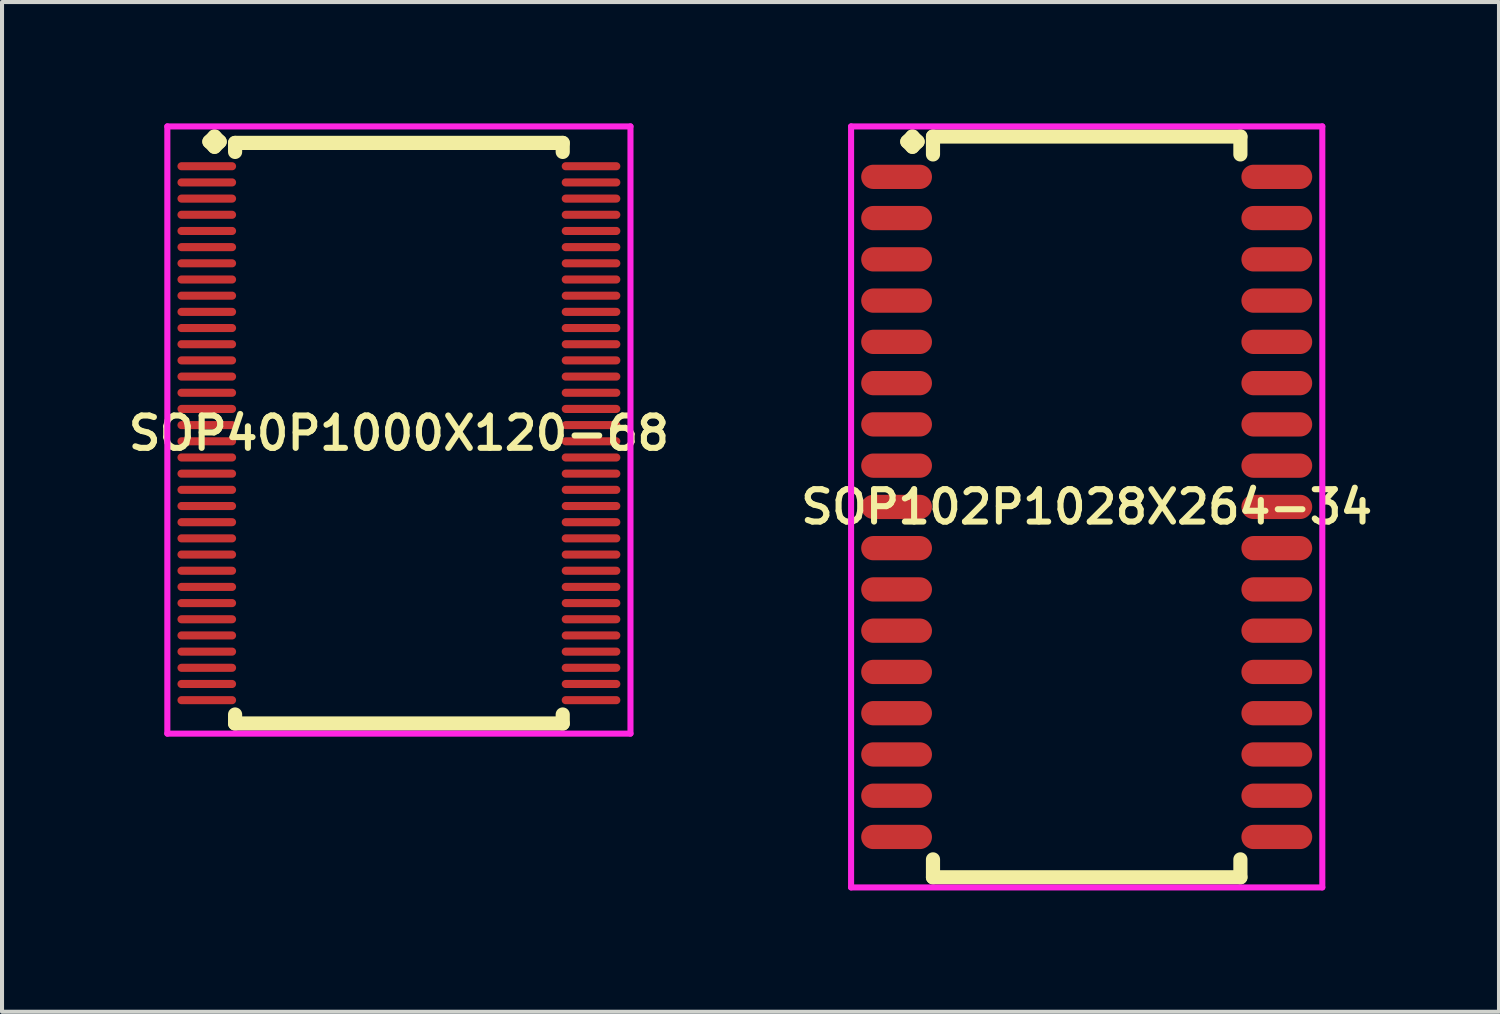
<source format=kicad_pcb>
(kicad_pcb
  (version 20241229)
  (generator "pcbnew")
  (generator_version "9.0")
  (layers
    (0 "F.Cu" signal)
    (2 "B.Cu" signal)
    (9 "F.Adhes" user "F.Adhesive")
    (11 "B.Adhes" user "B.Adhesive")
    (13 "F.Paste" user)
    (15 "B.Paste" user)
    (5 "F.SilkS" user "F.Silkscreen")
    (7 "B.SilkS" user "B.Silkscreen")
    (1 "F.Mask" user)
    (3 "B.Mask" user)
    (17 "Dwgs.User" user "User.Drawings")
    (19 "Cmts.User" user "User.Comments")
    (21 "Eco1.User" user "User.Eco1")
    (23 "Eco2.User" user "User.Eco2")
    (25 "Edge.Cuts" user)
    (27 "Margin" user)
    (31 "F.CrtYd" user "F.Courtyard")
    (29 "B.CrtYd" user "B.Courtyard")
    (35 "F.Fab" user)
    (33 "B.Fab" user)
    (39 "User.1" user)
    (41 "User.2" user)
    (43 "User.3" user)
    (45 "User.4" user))
  (footprint "SOP102P1028X264-34"
    (layer "F.Cu")
    (at 23.816 9.482)
    (property "Reference" "SOP102P1028X264-34" (at 0 0 0) (layer "F.SilkS") (effects (font (size 0.8 0.8) (thickness 0.15))))
    (attr smd)
    (fp_line (start -4.435 -9.03) (end -4.308 -9.157) (stroke (width 0.35) (type solid)) (layer "F.SilkS"))
    (fp_line (start -4.308 -9.157) (end -4.181 -9.03) (stroke (width 0.35) (type solid)) (layer "F.SilkS"))
    (fp_line (start -4.308 -8.903) (end -4.435 -9.03) (stroke (width 0.35) (type solid)) (layer "F.SilkS"))
    (fp_line (start -4.181 -9.03) (end -4.308 -8.903) (stroke (width 0.35) (type solid)) (layer "F.SilkS"))
    (fp_line (start -3.8 -9.157) (end 3.8 -9.157) (stroke (width 0.35) (type solid)) (layer "F.SilkS"))
    (fp_line (start -3.8 -8.714) (end -3.8 -9.157) (stroke (width 0.35) (type solid)) (layer "F.SilkS"))
    (fp_line (start -3.8 8.714) (end -3.8 9.157) (stroke (width 0.35) (type solid)) (layer "F.SilkS"))
    (fp_line (start -3.8 9.157) (end 3.8 9.157) (stroke (width 0.35) (type solid)) (layer "F.SilkS"))
    (fp_line (start 3.8 -9.157) (end 3.8 -8.714) (stroke (width 0.35) (type solid)) (layer "F.SilkS"))
    (fp_line (start 3.8 9.157) (end 3.8 8.714) (stroke (width 0.35) (type solid)) (layer "F.SilkS"))
    (fp_line (start -5.825 -9.407) (end 5.825 -9.407) (stroke (width 0.15) (type solid)) (layer "F.CrtYd"))
    (fp_line (start -5.825 9.407) (end -5.825 -9.407) (stroke (width 0.15) (type solid)) (layer "F.CrtYd"))
    (fp_line (start 5.825 -9.407) (end 5.825 9.407) (stroke (width 0.15) (type solid)) (layer "F.CrtYd"))
    (fp_line (start 5.825 9.407) (end -5.825 9.407) (stroke (width 0.15) (type solid)) (layer "F.CrtYd"))
    (pad "1" smd oval (at -4.7 -8.16) (size 1.75 0.6) (layers "F.Cu" "F.Mask" "F.Paste"))
    (pad "2" smd oval (at -4.7 -7.14) (size 1.75 0.6) (layers "F.Cu" "F.Mask" "F.Paste"))
    (pad "3" smd oval (at -4.7 -6.12) (size 1.75 0.6) (layers "F.Cu" "F.Mask" "F.Paste"))
    (pad "4" smd oval (at -4.7 -5.1) (size 1.75 0.6) (layers "F.Cu" "F.Mask" "F.Paste"))
    (pad "5" smd oval (at -4.7 -4.08) (size 1.75 0.6) (layers "F.Cu" "F.Mask" "F.Paste"))
    (pad "6" smd oval (at -4.7 -3.06) (size 1.75 0.6) (layers "F.Cu" "F.Mask" "F.Paste"))
    (pad "7" smd oval (at -4.7 -2.04) (size 1.75 0.6) (layers "F.Cu" "F.Mask" "F.Paste"))
    (pad "8" smd oval (at -4.7 -1.02) (size 1.75 0.6) (layers "F.Cu" "F.Mask" "F.Paste"))
    (pad "9" smd oval (at -4.7 0) (size 1.75 0.6) (layers "F.Cu" "F.Mask" "F.Paste"))
    (pad "10" smd oval (at -4.7 1.02) (size 1.75 0.6) (layers "F.Cu" "F.Mask" "F.Paste"))
    (pad "11" smd oval (at -4.7 2.04) (size 1.75 0.6) (layers "F.Cu" "F.Mask" "F.Paste"))
    (pad "12" smd oval (at -4.7 3.06) (size 1.75 0.6) (layers "F.Cu" "F.Mask" "F.Paste"))
    (pad "13" smd oval (at -4.7 4.08) (size 1.75 0.6) (layers "F.Cu" "F.Mask" "F.Paste"))
    (pad "14" smd oval (at -4.7 5.1) (size 1.75 0.6) (layers "F.Cu" "F.Mask" "F.Paste"))
    (pad "15" smd oval (at -4.7 6.12) (size 1.75 0.6) (layers "F.Cu" "F.Mask" "F.Paste"))
    (pad "16" smd oval (at -4.7 7.14) (size 1.75 0.6) (layers "F.Cu" "F.Mask" "F.Paste"))
    (pad "17" smd oval (at -4.7 8.16) (size 1.75 0.6) (layers "F.Cu" "F.Mask" "F.Paste"))
    (pad "18" smd oval (at 4.7 8.16) (size 1.75 0.6) (layers "F.Cu" "F.Mask" "F.Paste"))
    (pad "19" smd oval (at 4.7 7.14) (size 1.75 0.6) (layers "F.Cu" "F.Mask" "F.Paste"))
    (pad "20" smd oval (at 4.7 6.12) (size 1.75 0.6) (layers "F.Cu" "F.Mask" "F.Paste"))
    (pad "21" smd oval (at 4.7 5.1) (size 1.75 0.6) (layers "F.Cu" "F.Mask" "F.Paste"))
    (pad "22" smd oval (at 4.7 4.08) (size 1.75 0.6) (layers "F.Cu" "F.Mask" "F.Paste"))
    (pad "23" smd oval (at 4.7 3.06) (size 1.75 0.6) (layers "F.Cu" "F.Mask" "F.Paste"))
    (pad "24" smd oval (at 4.7 2.04) (size 1.75 0.6) (layers "F.Cu" "F.Mask" "F.Paste"))
    (pad "25" smd oval (at 4.7 1.02) (size 1.75 0.6) (layers "F.Cu" "F.Mask" "F.Paste"))
    (pad "26" smd oval (at 4.7 0) (size 1.75 0.6) (layers "F.Cu" "F.Mask" "F.Paste"))
    (pad "27" smd oval (at 4.7 -1.02) (size 1.75 0.6) (layers "F.Cu" "F.Mask" "F.Paste"))
    (pad "28" smd oval (at 4.7 -2.04) (size 1.75 0.6) (layers "F.Cu" "F.Mask" "F.Paste"))
    (pad "29" smd oval (at 4.7 -3.06) (size 1.75 0.6) (layers "F.Cu" "F.Mask" "F.Paste"))
    (pad "30" smd oval (at 4.7 -4.08) (size 1.75 0.6) (layers "F.Cu" "F.Mask" "F.Paste"))
    (pad "31" smd oval (at 4.7 -5.1) (size 1.75 0.6) (layers "F.Cu" "F.Mask" "F.Paste"))
    (pad "32" smd oval (at 4.7 -6.12) (size 1.75 0.6) (layers "F.Cu" "F.Mask" "F.Paste"))
    (pad "33" smd oval (at 4.7 -7.14) (size 1.75 0.6) (layers "F.Cu" "F.Mask" "F.Paste"))
    (pad "34" smd oval (at 4.7 -8.16) (size 1.75 0.6) (layers "F.Cu" "F.Mask" "F.Paste")))
  (footprint "SOP40P1000X120-68"
    (layer "F.Cu")
    (at 6.812 7.66)
    (property "Reference" "SOP40P1000X120-68" (at 0 0 0) (layer "F.SilkS") (effects (font (size 0.8 0.8) (thickness 0.15))))
    (attr smd)
    (fp_line (start -4.685 -7.208) (end -4.558 -7.335) (stroke (width 0.35) (type solid)) (layer "F.SilkS"))
    (fp_line (start -4.558 -7.335) (end -4.431 -7.208) (stroke (width 0.35) (type solid)) (layer "F.SilkS"))
    (fp_line (start -4.558 -7.081) (end -4.685 -7.208) (stroke (width 0.35) (type solid)) (layer "F.SilkS"))
    (fp_line (start -4.431 -7.208) (end -4.558 -7.081) (stroke (width 0.35) (type solid)) (layer "F.SilkS"))
    (fp_line (start -4.05 -7.177) (end 4.05 -7.177) (stroke (width 0.35) (type solid)) (layer "F.SilkS"))
    (fp_line (start -4.05 -6.954) (end -4.05 -7.177) (stroke (width 0.35) (type solid)) (layer "F.SilkS"))
    (fp_line (start -4.05 6.954) (end -4.05 7.177) (stroke (width 0.35) (type solid)) (layer "F.SilkS"))
    (fp_line (start -4.05 7.177) (end 4.05 7.177) (stroke (width 0.35) (type solid)) (layer "F.SilkS"))
    (fp_line (start 4.05 -7.177) (end 4.05 -6.954) (stroke (width 0.35) (type solid)) (layer "F.SilkS"))
    (fp_line (start 4.05 7.177) (end 4.05 6.954) (stroke (width 0.35) (type solid)) (layer "F.SilkS"))
    (fp_line (start -5.725 -7.585) (end 5.725 -7.585) (stroke (width 0.15) (type solid)) (layer "F.CrtYd"))
    (fp_line (start -5.725 7.427) (end -5.725 -7.585) (stroke (width 0.15) (type solid)) (layer "F.CrtYd"))
    (fp_line (start 5.725 -7.585) (end 5.725 7.427) (stroke (width 0.15) (type solid)) (layer "F.CrtYd"))
    (fp_line (start 5.725 7.427) (end -5.725 7.427) (stroke (width 0.15) (type solid)) (layer "F.CrtYd"))
    (pad "1" smd oval (at -4.75 -6.6) (size 1.45 0.2) (layers "F.Cu" "F.Mask" "F.Paste"))
    (pad "2" smd oval (at -4.75 -6.2) (size 1.45 0.2) (layers "F.Cu" "F.Mask" "F.Paste"))
    (pad "3" smd oval (at -4.75 -5.8) (size 1.45 0.2) (layers "F.Cu" "F.Mask" "F.Paste"))
    (pad "4" smd oval (at -4.75 -5.4) (size 1.45 0.2) (layers "F.Cu" "F.Mask" "F.Paste"))
    (pad "5" smd oval (at -4.75 -5) (size 1.45 0.2) (layers "F.Cu" "F.Mask" "F.Paste"))
    (pad "6" smd oval (at -4.75 -4.6) (size 1.45 0.2) (layers "F.Cu" "F.Mask" "F.Paste"))
    (pad "7" smd oval (at -4.75 -4.2) (size 1.45 0.2) (layers "F.Cu" "F.Mask" "F.Paste"))
    (pad "8" smd oval (at -4.75 -3.8) (size 1.45 0.2) (layers "F.Cu" "F.Mask" "F.Paste"))
    (pad "9" smd oval (at -4.75 -3.4) (size 1.45 0.2) (layers "F.Cu" "F.Mask" "F.Paste"))
    (pad "10" smd oval (at -4.75 -3) (size 1.45 0.2) (layers "F.Cu" "F.Mask" "F.Paste"))
    (pad "11" smd oval (at -4.75 -2.6) (size 1.45 0.2) (layers "F.Cu" "F.Mask" "F.Paste"))
    (pad "12" smd oval (at -4.75 -2.2) (size 1.45 0.2) (layers "F.Cu" "F.Mask" "F.Paste"))
    (pad "13" smd oval (at -4.75 -1.8) (size 1.45 0.2) (layers "F.Cu" "F.Mask" "F.Paste"))
    (pad "14" smd oval (at -4.75 -1.4) (size 1.45 0.2) (layers "F.Cu" "F.Mask" "F.Paste"))
    (pad "15" smd oval (at -4.75 -1) (size 1.45 0.2) (layers "F.Cu" "F.Mask" "F.Paste"))
    (pad "16" smd oval (at -4.75 -0.6) (size 1.45 0.2) (layers "F.Cu" "F.Mask" "F.Paste"))
    (pad "17" smd oval (at -4.75 -0.2) (size 1.45 0.2) (layers "F.Cu" "F.Mask" "F.Paste"))
    (pad "18" smd oval (at -4.75 0.2) (size 1.45 0.2) (layers "F.Cu" "F.Mask" "F.Paste"))
    (pad "19" smd oval (at -4.75 0.6) (size 1.45 0.2) (layers "F.Cu" "F.Mask" "F.Paste"))
    (pad "20" smd oval (at -4.75 1) (size 1.45 0.2) (layers "F.Cu" "F.Mask" "F.Paste"))
    (pad "21" smd oval (at -4.75 1.4) (size 1.45 0.2) (layers "F.Cu" "F.Mask" "F.Paste"))
    (pad "22" smd oval (at -4.75 1.8) (size 1.45 0.2) (layers "F.Cu" "F.Mask" "F.Paste"))
    (pad "23" smd oval (at -4.75 2.2) (size 1.45 0.2) (layers "F.Cu" "F.Mask" "F.Paste"))
    (pad "24" smd oval (at -4.75 2.6) (size 1.45 0.2) (layers "F.Cu" "F.Mask" "F.Paste"))
    (pad "25" smd oval (at -4.75 3) (size 1.45 0.2) (layers "F.Cu" "F.Mask" "F.Paste"))
    (pad "26" smd oval (at -4.75 3.4) (size 1.45 0.2) (layers "F.Cu" "F.Mask" "F.Paste"))
    (pad "27" smd oval (at -4.75 3.8) (size 1.45 0.2) (layers "F.Cu" "F.Mask" "F.Paste"))
    (pad "28" smd oval (at -4.75 4.2) (size 1.45 0.2) (layers "F.Cu" "F.Mask" "F.Paste"))
    (pad "29" smd oval (at -4.75 4.6) (size 1.45 0.2) (layers "F.Cu" "F.Mask" "F.Paste"))
    (pad "30" smd oval (at -4.75 5) (size 1.45 0.2) (layers "F.Cu" "F.Mask" "F.Paste"))
    (pad "31" smd oval (at -4.75 5.4) (size 1.45 0.2) (layers "F.Cu" "F.Mask" "F.Paste"))
    (pad "32" smd oval (at -4.75 5.8) (size 1.45 0.2) (layers "F.Cu" "F.Mask" "F.Paste"))
    (pad "33" smd oval (at -4.75 6.2) (size 1.45 0.2) (layers "F.Cu" "F.Mask" "F.Paste"))
    (pad "34" smd oval (at -4.75 6.6) (size 1.45 0.2) (layers "F.Cu" "F.Mask" "F.Paste"))
    (pad "35" smd oval (at 4.75 6.6) (size 1.45 0.2) (layers "F.Cu" "F.Mask" "F.Paste"))
    (pad "36" smd oval (at 4.75 6.2) (size 1.45 0.2) (layers "F.Cu" "F.Mask" "F.Paste"))
    (pad "37" smd oval (at 4.75 5.8) (size 1.45 0.2) (layers "F.Cu" "F.Mask" "F.Paste"))
    (pad "38" smd oval (at 4.75 5.4) (size 1.45 0.2) (layers "F.Cu" "F.Mask" "F.Paste"))
    (pad "39" smd oval (at 4.75 5) (size 1.45 0.2) (layers "F.Cu" "F.Mask" "F.Paste"))
    (pad "40" smd oval (at 4.75 4.6) (size 1.45 0.2) (layers "F.Cu" "F.Mask" "F.Paste"))
    (pad "41" smd oval (at 4.75 4.2) (size 1.45 0.2) (layers "F.Cu" "F.Mask" "F.Paste"))
    (pad "42" smd oval (at 4.75 3.8) (size 1.45 0.2) (layers "F.Cu" "F.Mask" "F.Paste"))
    (pad "43" smd oval (at 4.75 3.4) (size 1.45 0.2) (layers "F.Cu" "F.Mask" "F.Paste"))
    (pad "44" smd oval (at 4.75 3) (size 1.45 0.2) (layers "F.Cu" "F.Mask" "F.Paste"))
    (pad "45" smd oval (at 4.75 2.6) (size 1.45 0.2) (layers "F.Cu" "F.Mask" "F.Paste"))
    (pad "46" smd oval (at 4.75 2.2) (size 1.45 0.2) (layers "F.Cu" "F.Mask" "F.Paste"))
    (pad "47" smd oval (at 4.75 1.8) (size 1.45 0.2) (layers "F.Cu" "F.Mask" "F.Paste"))
    (pad "48" smd oval (at 4.75 1.4) (size 1.45 0.2) (layers "F.Cu" "F.Mask" "F.Paste"))
    (pad "49" smd oval (at 4.75 1) (size 1.45 0.2) (layers "F.Cu" "F.Mask" "F.Paste"))
    (pad "50" smd oval (at 4.75 0.6) (size 1.45 0.2) (layers "F.Cu" "F.Mask" "F.Paste"))
    (pad "51" smd oval (at 4.75 0.2) (size 1.45 0.2) (layers "F.Cu" "F.Mask" "F.Paste"))
    (pad "52" smd oval (at 4.75 -0.2) (size 1.45 0.2) (layers "F.Cu" "F.Mask" "F.Paste"))
    (pad "53" smd oval (at 4.75 -0.6) (size 1.45 0.2) (layers "F.Cu" "F.Mask" "F.Paste"))
    (pad "54" smd oval (at 4.75 -1) (size 1.45 0.2) (layers "F.Cu" "F.Mask" "F.Paste"))
    (pad "55" smd oval (at 4.75 -1.4) (size 1.45 0.2) (layers "F.Cu" "F.Mask" "F.Paste"))
    (pad "56" smd oval (at 4.75 -1.8) (size 1.45 0.2) (layers "F.Cu" "F.Mask" "F.Paste"))
    (pad "57" smd oval (at 4.75 -2.2) (size 1.45 0.2) (layers "F.Cu" "F.Mask" "F.Paste"))
    (pad "58" smd oval (at 4.75 -2.6) (size 1.45 0.2) (layers "F.Cu" "F.Mask" "F.Paste"))
    (pad "59" smd oval (at 4.75 -3) (size 1.45 0.2) (layers "F.Cu" "F.Mask" "F.Paste"))
    (pad "60" smd oval (at 4.75 -3.4) (size 1.45 0.2) (layers "F.Cu" "F.Mask" "F.Paste"))
    (pad "61" smd oval (at 4.75 -3.8) (size 1.45 0.2) (layers "F.Cu" "F.Mask" "F.Paste"))
    (pad "62" smd oval (at 4.75 -4.2) (size 1.45 0.2) (layers "F.Cu" "F.Mask" "F.Paste"))
    (pad "63" smd oval (at 4.75 -4.6) (size 1.45 0.2) (layers "F.Cu" "F.Mask" "F.Paste"))
    (pad "64" smd oval (at 4.75 -5) (size 1.45 0.2) (layers "F.Cu" "F.Mask" "F.Paste"))
    (pad "65" smd oval (at 4.75 -5.4) (size 1.45 0.2) (layers "F.Cu" "F.Mask" "F.Paste"))
    (pad "66" smd oval (at 4.75 -5.8) (size 1.45 0.2) (layers "F.Cu" "F.Mask" "F.Paste"))
    (pad "67" smd oval (at 4.75 -6.2) (size 1.45 0.2) (layers "F.Cu" "F.Mask" "F.Paste"))
    (pad "68" smd oval (at 4.75 -6.6) (size 1.45 0.2) (layers "F.Cu" "F.Mask" "F.Paste")))
  (gr_rect
    (start -3 -3)
    (end 34.009 21.964)
    (stroke (width 0.1) (type default))
    (fill no)
    (layer "Edge.Cuts")))
</source>
